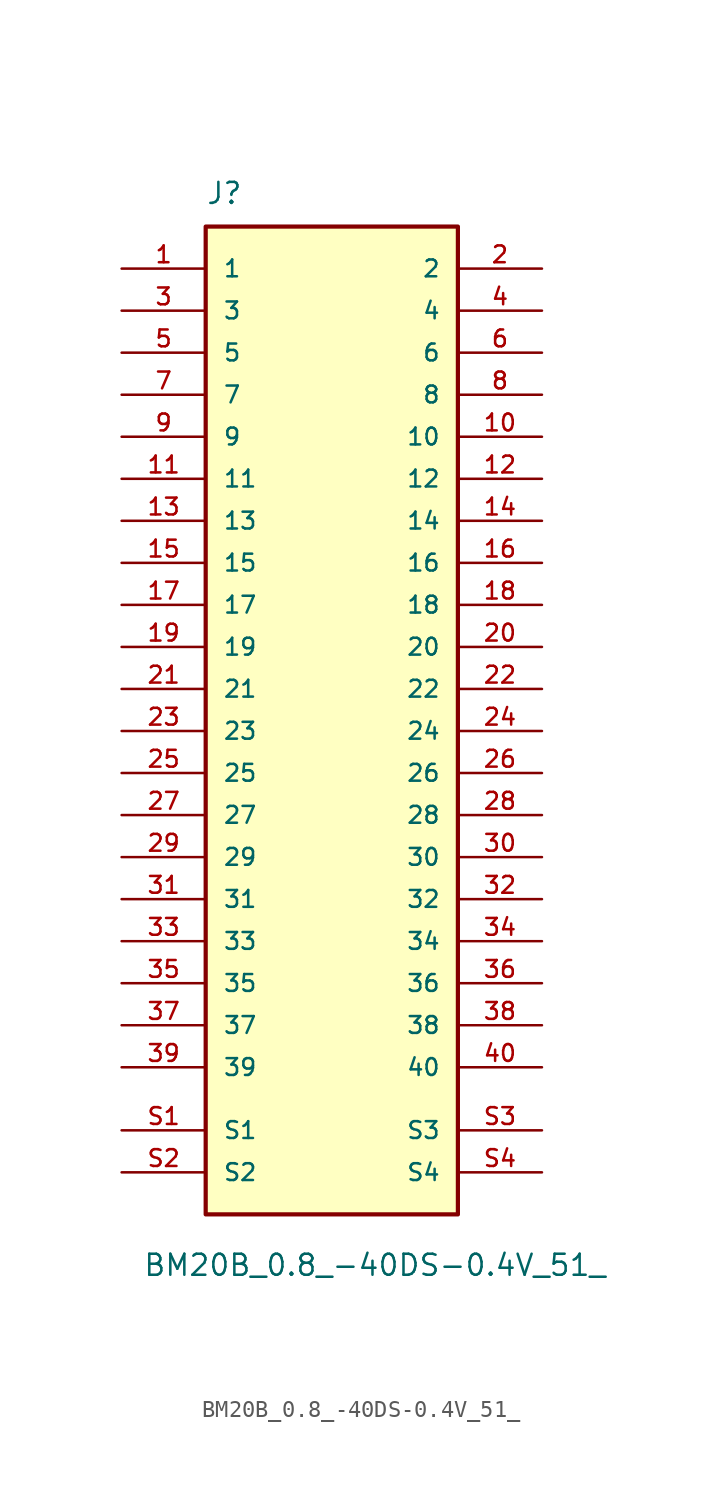
<source format=kicad_sym>
(kicad_symbol_lib
  (version 20220914)
  (generator kicad_symbol_editor)
  (symbol "BM20B_0.8_-40DS-0.4V_51_"
    (pin_names
      (offset 1.016))
    (property "Reference" "J"
      (at -7.62 29.21 0)
      (effects (font (size 1.27 1.27)) (justify left bottom)))
    (property "Value" "BM20B_0.8_-40DS-0.4V_51_"
      (at -11.43 -35.56 0)
      (effects (font (size 1.27 1.27)) (justify left bottom)))
    (symbol "BM20B_0.8_-40DS-0.4V_51__0_0"
      (rectangle (start -7.62 27.94) (end 7.62 -31.75) (stroke (width 0.254) (type default)) (fill (type background)))
      (pin passive line (at -12.7 25.4 0) (length 5.08) (name "1" (effects (font (size 1.016 1.016)))) (number "1" (effects (font (size 1.016 1.016)))))
      (pin passive line (at 12.7 15.24 180) (length 5.08) (name "10" (effects (font (size 1.016 1.016)))) (number "10" (effects (font (size 1.016 1.016)))))
      (pin passive line (at -12.7 12.7 0) (length 5.08) (name "11" (effects (font (size 1.016 1.016)))) (number "11" (effects (font (size 1.016 1.016)))))
      (pin passive line (at 12.7 12.7 180) (length 5.08) (name "12" (effects (font (size 1.016 1.016)))) (number "12" (effects (font (size 1.016 1.016)))))
      (pin passive line (at -12.7 10.16 0) (length 5.08) (name "13" (effects (font (size 1.016 1.016)))) (number "13" (effects (font (size 1.016 1.016)))))
      (pin passive line (at 12.7 10.16 180) (length 5.08) (name "14" (effects (font (size 1.016 1.016)))) (number "14" (effects (font (size 1.016 1.016)))))
      (pin passive line (at -12.7 7.62 0) (length 5.08) (name "15" (effects (font (size 1.016 1.016)))) (number "15" (effects (font (size 1.016 1.016)))))
      (pin passive line (at 12.7 7.62 180) (length 5.08) (name "16" (effects (font (size 1.016 1.016)))) (number "16" (effects (font (size 1.016 1.016)))))
      (pin passive line (at -12.7 5.08 0) (length 5.08) (name "17" (effects (font (size 1.016 1.016)))) (number "17" (effects (font (size 1.016 1.016)))))
      (pin passive line (at 12.7 5.08 180) (length 5.08) (name "18" (effects (font (size 1.016 1.016)))) (number "18" (effects (font (size 1.016 1.016)))))
      (pin passive line (at -12.7 2.54 0) (length 5.08) (name "19" (effects (font (size 1.016 1.016)))) (number "19" (effects (font (size 1.016 1.016)))))
      (pin passive line (at 12.7 25.4 180) (length 5.08) (name "2" (effects (font (size 1.016 1.016)))) (number "2" (effects (font (size 1.016 1.016)))))
      (pin passive line (at 12.7 2.54 180) (length 5.08) (name "20" (effects (font (size 1.016 1.016)))) (number "20" (effects (font (size 1.016 1.016)))))
      (pin passive line (at -12.7 0 0) (length 5.08) (name "21" (effects (font (size 1.016 1.016)))) (number "21" (effects (font (size 1.016 1.016)))))
      (pin passive line (at 12.7 0 180) (length 5.08) (name "22" (effects (font (size 1.016 1.016)))) (number "22" (effects (font (size 1.016 1.016)))))
      (pin passive line (at -12.7 -2.54 0) (length 5.08) (name "23" (effects (font (size 1.016 1.016)))) (number "23" (effects (font (size 1.016 1.016)))))
      (pin passive line (at 12.7 -2.54 180) (length 5.08) (name "24" (effects (font (size 1.016 1.016)))) (number "24" (effects (font (size 1.016 1.016)))))
      (pin passive line (at -12.7 -5.08 0) (length 5.08) (name "25" (effects (font (size 1.016 1.016)))) (number "25" (effects (font (size 1.016 1.016)))))
      (pin passive line (at 12.7 -5.08 180) (length 5.08) (name "26" (effects (font (size 1.016 1.016)))) (number "26" (effects (font (size 1.016 1.016)))))
      (pin passive line (at -12.7 -7.62 0) (length 5.08) (name "27" (effects (font (size 1.016 1.016)))) (number "27" (effects (font (size 1.016 1.016)))))
      (pin passive line (at 12.7 -7.62 180) (length 5.08) (name "28" (effects (font (size 1.016 1.016)))) (number "28" (effects (font (size 1.016 1.016)))))
      (pin passive line (at -12.7 -10.16 0) (length 5.08) (name "29" (effects (font (size 1.016 1.016)))) (number "29" (effects (font (size 1.016 1.016)))))
      (pin passive line (at -12.7 22.86 0) (length 5.08) (name "3" (effects (font (size 1.016 1.016)))) (number "3" (effects (font (size 1.016 1.016)))))
      (pin passive line (at 12.7 -10.16 180) (length 5.08) (name "30" (effects (font (size 1.016 1.016)))) (number "30" (effects (font (size 1.016 1.016)))))
      (pin passive line (at -12.7 -12.7 0) (length 5.08) (name "31" (effects (font (size 1.016 1.016)))) (number "31" (effects (font (size 1.016 1.016)))))
      (pin passive line (at 12.7 -12.7 180) (length 5.08) (name "32" (effects (font (size 1.016 1.016)))) (number "32" (effects (font (size 1.016 1.016)))))
      (pin passive line (at -12.7 -15.24 0) (length 5.08) (name "33" (effects (font (size 1.016 1.016)))) (number "33" (effects (font (size 1.016 1.016)))))
      (pin passive line (at 12.7 -15.24 180) (length 5.08) (name "34" (effects (font (size 1.016 1.016)))) (number "34" (effects (font (size 1.016 1.016)))))
      (pin passive line (at -12.7 -17.78 0) (length 5.08) (name "35" (effects (font (size 1.016 1.016)))) (number "35" (effects (font (size 1.016 1.016)))))
      (pin passive line (at 12.7 -17.78 180) (length 5.08) (name "36" (effects (font (size 1.016 1.016)))) (number "36" (effects (font (size 1.016 1.016)))))
      (pin passive line (at -12.7 -20.32 0) (length 5.08) (name "37" (effects (font (size 1.016 1.016)))) (number "37" (effects (font (size 1.016 1.016)))))
      (pin passive line (at 12.7 -20.32 180) (length 5.08) (name "38" (effects (font (size 1.016 1.016)))) (number "38" (effects (font (size 1.016 1.016)))))
      (pin passive line (at -12.7 -22.86 0) (length 5.08) (name "39" (effects (font (size 1.016 1.016)))) (number "39" (effects (font (size 1.016 1.016)))))
      (pin passive line (at 12.7 22.86 180) (length 5.08) (name "4" (effects (font (size 1.016 1.016)))) (number "4" (effects (font (size 1.016 1.016)))))
      (pin passive line (at 12.7 -22.86 180) (length 5.08) (name "40" (effects (font (size 1.016 1.016)))) (number "40" (effects (font (size 1.016 1.016)))))
      (pin passive line (at -12.7 20.32 0) (length 5.08) (name "5" (effects (font (size 1.016 1.016)))) (number "5" (effects (font (size 1.016 1.016)))))
      (pin passive line (at 12.7 20.32 180) (length 5.08) (name "6" (effects (font (size 1.016 1.016)))) (number "6" (effects (font (size 1.016 1.016)))))
      (pin passive line (at -12.7 17.78 0) (length 5.08) (name "7" (effects (font (size 1.016 1.016)))) (number "7" (effects (font (size 1.016 1.016)))))
      (pin passive line (at 12.7 17.78 180) (length 5.08) (name "8" (effects (font (size 1.016 1.016)))) (number "8" (effects (font (size 1.016 1.016)))))
      (pin passive line (at -12.7 15.24 0) (length 5.08) (name "9" (effects (font (size 1.016 1.016)))) (number "9" (effects (font (size 1.016 1.016))))))
    (symbol "BM20B_0.8_-40DS-0.4V_51__1_0"
      (pin passive line (at -12.7 -26.67 0) (length 5.08) (name "S1" (effects (font (size 1.016 1.016)))) (number "S1" (effects (font (size 1.016 1.016)))))
      (pin passive line (at -12.7 -29.21 0) (length 5.08) (name "S2" (effects (font (size 1.016 1.016)))) (number "S2" (effects (font (size 1.016 1.016)))))
      (pin passive line (at 12.7 -26.67 180) (length 5.08) (name "S3" (effects (font (size 1.016 1.016)))) (number "S3" (effects (font (size 1.016 1.016)))))
      (pin passive line (at 12.7 -29.21 180) (length 5.08) (name "S4" (effects (font (size 1.016 1.016)))) (number "S4" (effects (font (size 1.016 1.016))))))))
</source>
